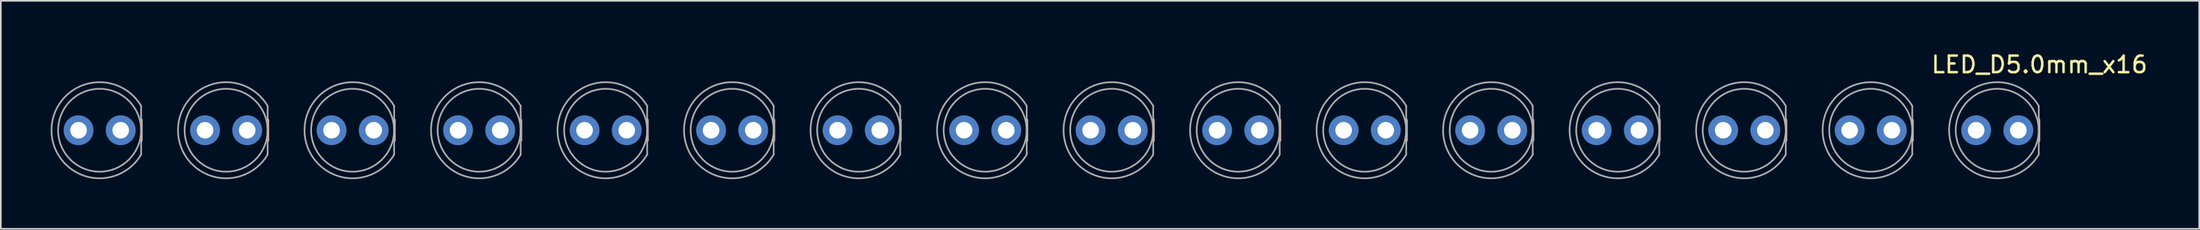
<source format=kicad_pcb>
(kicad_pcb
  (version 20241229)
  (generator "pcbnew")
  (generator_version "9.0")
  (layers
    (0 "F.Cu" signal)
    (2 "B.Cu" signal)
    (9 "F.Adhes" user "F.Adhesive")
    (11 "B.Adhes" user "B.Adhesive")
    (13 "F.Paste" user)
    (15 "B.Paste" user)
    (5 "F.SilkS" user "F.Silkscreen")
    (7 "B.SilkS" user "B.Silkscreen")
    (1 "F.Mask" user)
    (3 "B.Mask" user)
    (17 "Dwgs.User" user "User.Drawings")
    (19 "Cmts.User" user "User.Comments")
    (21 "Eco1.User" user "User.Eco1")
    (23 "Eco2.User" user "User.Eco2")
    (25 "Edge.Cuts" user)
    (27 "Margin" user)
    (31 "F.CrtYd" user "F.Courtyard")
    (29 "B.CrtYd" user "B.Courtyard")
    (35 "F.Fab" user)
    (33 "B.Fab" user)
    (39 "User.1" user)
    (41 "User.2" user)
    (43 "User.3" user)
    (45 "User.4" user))
  (footprint "LED_D5.0mm_x16"
    (layer "F.Cu")
    (at 118.52 4.808)
    (property "Reference" "LED_D5.0mm_x16" (at 1.27 -3.96 0) (layer "F.SilkS") (effects (font (size 1 1) (thickness 0.15))))
    (attr through_hole)
    (fp_line (start -113.03 -0.635) (end -113.03 0.635) (stroke (width 0.1) (type solid)) (layer "B.SilkS"))
    (fp_line (start -105.41 -0.635) (end -105.41 0.635) (stroke (width 0.1) (type solid)) (layer "B.SilkS"))
    (fp_line (start -97.79 -0.635) (end -97.79 0.635) (stroke (width 0.1) (type solid)) (layer "B.SilkS"))
    (fp_line (start -90.17 -0.635) (end -90.17 0.635) (stroke (width 0.1) (type solid)) (layer "B.SilkS"))
    (fp_line (start -82.55 -0.635) (end -82.55 0.635) (stroke (width 0.1) (type solid)) (layer "B.SilkS"))
    (fp_line (start -74.93 -0.635) (end -74.93 0.635) (stroke (width 0.1) (type solid)) (layer "B.SilkS"))
    (fp_line (start -67.31 -0.635) (end -67.31 0.635) (stroke (width 0.1) (type solid)) (layer "B.SilkS"))
    (fp_line (start -59.69 -0.635) (end -59.69 0.635) (stroke (width 0.1) (type solid)) (layer "B.SilkS"))
    (fp_line (start -52.07 -0.635) (end -52.07 0.635) (stroke (width 0.1) (type solid)) (layer "B.SilkS"))
    (fp_line (start -44.45 -0.635) (end -44.45 0.635) (stroke (width 0.1) (type solid)) (layer "B.SilkS"))
    (fp_line (start -36.83 -0.635) (end -36.83 0.635) (stroke (width 0.1) (type solid)) (layer "B.SilkS"))
    (fp_line (start -29.21 -0.635) (end -29.21 0.635) (stroke (width 0.1) (type solid)) (layer "B.SilkS"))
    (fp_line (start -21.59 -0.635) (end -21.59 0.635) (stroke (width 0.1) (type solid)) (layer "B.SilkS"))
    (fp_line (start -13.97 -0.635) (end -13.97 0.635) (stroke (width 0.1) (type solid)) (layer "B.SilkS"))
    (fp_line (start -6.35 -0.635) (end -6.35 0.635) (stroke (width 0.1) (type solid)) (layer "B.SilkS"))
    (fp_line (start 1.27 -0.635) (end 1.27 0.635) (stroke (width 0.1) (type solid)) (layer "B.SilkS"))
    (fp_line (start -113.07 1.47) (end -113.07 -1.47) (stroke (width 0.1) (type solid)) (layer "F.Fab"))
    (fp_line (start -105.45 1.47) (end -105.45 -1.47) (stroke (width 0.1) (type solid)) (layer "F.Fab"))
    (fp_line (start -97.83 1.47) (end -97.83 -1.47) (stroke (width 0.1) (type solid)) (layer "F.Fab"))
    (fp_line (start -90.21 1.47) (end -90.21 -1.47) (stroke (width 0.1) (type solid)) (layer "F.Fab"))
    (fp_line (start -82.59 1.47) (end -82.59 -1.47) (stroke (width 0.1) (type solid)) (layer "F.Fab"))
    (fp_line (start -74.97 1.47) (end -74.97 -1.47) (stroke (width 0.1) (type solid)) (layer "F.Fab"))
    (fp_line (start -67.35 1.47) (end -67.35 -1.47) (stroke (width 0.1) (type solid)) (layer "F.Fab"))
    (fp_line (start -59.73 1.47) (end -59.73 -1.47) (stroke (width 0.1) (type solid)) (layer "F.Fab"))
    (fp_line (start -52.11 1.47) (end -52.11 -1.47) (stroke (width 0.1) (type solid)) (layer "F.Fab"))
    (fp_line (start -44.49 1.47) (end -44.49 -1.47) (stroke (width 0.1) (type solid)) (layer "F.Fab"))
    (fp_line (start -36.87 1.47) (end -36.87 -1.47) (stroke (width 0.1) (type solid)) (layer "F.Fab"))
    (fp_line (start -29.25 1.47) (end -29.25 -1.47) (stroke (width 0.1) (type solid)) (layer "F.Fab"))
    (fp_line (start -21.63 1.47) (end -21.63 -1.47) (stroke (width 0.1) (type solid)) (layer "F.Fab"))
    (fp_line (start -14.01 1.47) (end -14.01 -1.47) (stroke (width 0.1) (type solid)) (layer "F.Fab"))
    (fp_line (start -6.39 1.47) (end -6.39 -1.47) (stroke (width 0.1) (type solid)) (layer "F.Fab"))
    (fp_line (start 1.23 1.47) (end 1.23 -1.47) (stroke (width 0.1) (type solid)) (layer "F.Fab"))
    (fp_arc (start -113.07 1.469694) (mid -118.47 -0.000016) (end -113.069984 -1.469666) (stroke (width 0.1) (type solid)) (layer "F.Fab"))
    (fp_arc (start -105.45 1.469694) (mid -110.85 -0.000016) (end -105.449984 -1.469666) (stroke (width 0.1) (type solid)) (layer "F.Fab"))
    (fp_arc (start -97.83 1.469694) (mid -103.23 -0.000016) (end -97.829984 -1.469666) (stroke (width 0.1) (type solid)) (layer "F.Fab"))
    (fp_arc (start -90.21 1.469694) (mid -95.61 -0.000016) (end -90.209984 -1.469666) (stroke (width 0.1) (type solid)) (layer "F.Fab"))
    (fp_arc (start -82.59 1.469694) (mid -87.99 -0.000016) (end -82.589984 -1.469666) (stroke (width 0.1) (type solid)) (layer "F.Fab"))
    (fp_arc (start -74.97 1.469694) (mid -80.37 -0.000016) (end -74.969984 -1.469666) (stroke (width 0.1) (type solid)) (layer "F.Fab"))
    (fp_arc (start -67.35 1.469694) (mid -72.75 -0.000016) (end -67.349984 -1.469666) (stroke (width 0.1) (type solid)) (layer "F.Fab"))
    (fp_arc (start -59.73 1.469694) (mid -65.13 -0.000016) (end -59.729984 -1.469666) (stroke (width 0.1) (type solid)) (layer "F.Fab"))
    (fp_arc (start -52.11 1.469694) (mid -57.51 -0.000016) (end -52.109984 -1.469666) (stroke (width 0.1) (type solid)) (layer "F.Fab"))
    (fp_arc (start -44.49 1.469694) (mid -49.89 -0.000016) (end -44.489984 -1.469666) (stroke (width 0.1) (type solid)) (layer "F.Fab"))
    (fp_arc (start -36.87 1.469694) (mid -42.27 -0.000016) (end -36.869984 -1.469666) (stroke (width 0.1) (type solid)) (layer "F.Fab"))
    (fp_arc (start -29.25 1.469694) (mid -34.65 -0.000016) (end -29.249984 -1.469666) (stroke (width 0.1) (type solid)) (layer "F.Fab"))
    (fp_arc (start -21.63 1.469694) (mid -27.03 -0.000016) (end -21.629984 -1.469666) (stroke (width 0.1) (type solid)) (layer "F.Fab"))
    (fp_arc (start -14.01 1.469694) (mid -19.41 -0.000016) (end -14.009984 -1.469666) (stroke (width 0.1) (type solid)) (layer "F.Fab"))
    (fp_arc (start -6.39 1.469694) (mid -11.79 -0.000016) (end -6.389984 -1.469666) (stroke (width 0.1) (type solid)) (layer "F.Fab"))
    (fp_arc (start 1.23 1.469694) (mid -4.17 -0.000016) (end 1.230016 -1.469666) (stroke (width 0.1) (type solid)) (layer "F.Fab"))
    (fp_circle (center -115.57 0) (end -118.07 0) (stroke (width 0.1) (type solid)) (fill no) (layer "F.Fab"))
    (fp_circle (center -107.95 0) (end -110.45 0) (stroke (width 0.1) (type solid)) (fill no) (layer "F.Fab"))
    (fp_circle (center -100.33 0) (end -102.83 0) (stroke (width 0.1) (type solid)) (fill no) (layer "F.Fab"))
    (fp_circle (center -92.71 0) (end -95.21 0) (stroke (width 0.1) (type solid)) (fill no) (layer "F.Fab"))
    (fp_circle (center -85.09 0) (end -87.59 0) (stroke (width 0.1) (type solid)) (fill no) (layer "F.Fab"))
    (fp_circle (center -77.47 0) (end -79.97 0) (stroke (width 0.1) (type solid)) (fill no) (layer "F.Fab"))
    (fp_circle (center -69.85 0) (end -72.35 0) (stroke (width 0.1) (type solid)) (fill no) (layer "F.Fab"))
    (fp_circle (center -62.23 0) (end -64.73 0) (stroke (width 0.1) (type solid)) (fill no) (layer "F.Fab"))
    (fp_circle (center -54.61 0) (end -57.11 0) (stroke (width 0.1) (type solid)) (fill no) (layer "F.Fab"))
    (fp_circle (center -46.99 0) (end -49.49 0) (stroke (width 0.1) (type solid)) (fill no) (layer "F.Fab"))
    (fp_circle (center -39.37 0) (end -41.87 0) (stroke (width 0.1) (type solid)) (fill no) (layer "F.Fab"))
    (fp_circle (center -31.75 0) (end -34.25 0) (stroke (width 0.1) (type solid)) (fill no) (layer "F.Fab"))
    (fp_circle (center -24.13 0) (end -26.63 0) (stroke (width 0.1) (type solid)) (fill no) (layer "F.Fab"))
    (fp_circle (center -16.51 0) (end -19.01 0) (stroke (width 0.1) (type solid)) (fill no) (layer "F.Fab"))
    (fp_circle (center -8.89 0) (end -11.39 0) (stroke (width 0.1) (type solid)) (fill no) (layer "F.Fab"))
    (fp_circle (center -1.27 0) (end -3.77 0) (stroke (width 0.1) (type solid)) (fill no) (layer "F.Fab"))
    (pad "1" thru_hole circle (at 0 0 180) (size 1.4 1.4) (drill 1) (layers "*.Cu" "B.Mask"))
    (pad "1" smd circle (at 0 0 180) (size 1.8 1.8) (layers "B.Cu" "B.Mask" "B.Paste"))
    (pad "2" thru_hole circle (at -2.54 0 180) (size 1.4 1.4) (drill 1) (layers "*.Cu" "B.Mask"))
    (pad "2" smd circle (at -2.54 0 180) (size 1.8 1.8) (layers "B.Cu" "B.Mask" "B.Paste"))
    (pad "3" thru_hole circle (at -7.62 0 180) (size 1.4 1.4) (drill 1) (layers "*.Cu" "B.Mask"))
    (pad "3" smd circle (at -7.62 0 180) (size 1.8 1.8) (layers "B.Cu" "B.Mask" "B.Paste"))
    (pad "4" thru_hole circle (at -10.16 0 180) (size 1.4 1.4) (drill 1) (layers "*.Cu" "B.Mask"))
    (pad "4" smd circle (at -10.16 0 180) (size 1.8 1.8) (layers "B.Cu" "B.Mask" "B.Paste"))
    (pad "5" thru_hole circle (at -15.24 0 180) (size 1.4 1.4) (drill 1) (layers "*.Cu" "B.Mask"))
    (pad "5" smd circle (at -15.24 0 180) (size 1.8 1.8) (layers "B.Cu" "B.Mask" "B.Paste"))
    (pad "6" thru_hole circle (at -17.78 0 180) (size 1.4 1.4) (drill 1) (layers "*.Cu" "B.Mask"))
    (pad "6" smd circle (at -17.78 0 180) (size 1.8 1.8) (layers "B.Cu" "B.Mask" "B.Paste"))
    (pad "7" thru_hole circle (at -22.86 0 180) (size 1.4 1.4) (drill 1) (layers "*.Cu" "B.Mask"))
    (pad "7" smd circle (at -22.86 0 180) (size 1.8 1.8) (layers "B.Cu" "B.Mask" "B.Paste"))
    (pad "8" thru_hole circle (at -25.4 0 180) (size 1.4 1.4) (drill 1) (layers "*.Cu" "B.Mask"))
    (pad "8" smd circle (at -25.4 0 180) (size 1.8 1.8) (layers "B.Cu" "B.Mask" "B.Paste"))
    (pad "9" thru_hole circle (at -30.48 0 180) (size 1.4 1.4) (drill 1) (layers "*.Cu" "B.Mask"))
    (pad "9" smd circle (at -30.48 0 180) (size 1.8 1.8) (layers "B.Cu" "B.Mask" "B.Paste"))
    (pad "10" thru_hole circle (at -33.02 0 180) (size 1.4 1.4) (drill 1) (layers "*.Cu" "B.Mask"))
    (pad "10" smd circle (at -33.02 0 180) (size 1.8 1.8) (layers "B.Cu" "B.Mask" "B.Paste"))
    (pad "11" thru_hole circle (at -38.1 0 180) (size 1.4 1.4) (drill 1) (layers "*.Cu" "B.Mask"))
    (pad "11" smd circle (at -38.1 0 180) (size 1.8 1.8) (layers "B.Cu" "B.Mask" "B.Paste"))
    (pad "12" thru_hole circle (at -40.64 0 180) (size 1.4 1.4) (drill 1) (layers "*.Cu" "B.Mask"))
    (pad "12" smd circle (at -40.64 0 180) (size 1.8 1.8) (layers "B.Cu" "B.Mask" "B.Paste"))
    (pad "13" thru_hole circle (at -45.72 0 180) (size 1.4 1.4) (drill 1) (layers "*.Cu" "B.Mask"))
    (pad "13" smd circle (at -45.72 0 180) (size 1.8 1.8) (layers "B.Cu" "B.Mask" "B.Paste"))
    (pad "14" thru_hole circle (at -48.26 0 180) (size 1.4 1.4) (drill 1) (layers "*.Cu" "B.Mask"))
    (pad "14" smd circle (at -48.26 0 180) (size 1.8 1.8) (layers "B.Cu" "B.Mask" "B.Paste"))
    (pad "15" thru_hole circle (at -53.34 0 180) (size 1.4 1.4) (drill 1) (layers "*.Cu" "B.Mask"))
    (pad "15" smd circle (at -53.34 0 180) (size 1.8 1.8) (layers "B.Cu" "B.Mask" "B.Paste"))
    (pad "16" thru_hole circle (at -55.88 0 180) (size 1.4 1.4) (drill 1) (layers "*.Cu" "B.Mask"))
    (pad "16" smd circle (at -55.88 0 180) (size 1.8 1.8) (layers "B.Cu" "B.Mask" "B.Paste"))
    (pad "17" thru_hole circle (at -60.96 0 180) (size 1.4 1.4) (drill 1) (layers "*.Cu" "B.Mask"))
    (pad "17" smd circle (at -60.96 0 180) (size 1.8 1.8) (layers "B.Cu" "B.Mask" "B.Paste"))
    (pad "18" thru_hole circle (at -63.5 0 180) (size 1.4 1.4) (drill 1) (layers "*.Cu" "B.Mask"))
    (pad "18" smd circle (at -63.5 0 180) (size 1.8 1.8) (layers "B.Cu" "B.Mask" "B.Paste"))
    (pad "19" thru_hole circle (at -68.58 0 180) (size 1.4 1.4) (drill 1) (layers "*.Cu" "B.Mask"))
    (pad "19" smd circle (at -68.58 0 180) (size 1.8 1.8) (layers "B.Cu" "B.Mask" "B.Paste"))
    (pad "20" thru_hole circle (at -71.12 0 180) (size 1.4 1.4) (drill 1) (layers "*.Cu" "B.Mask"))
    (pad "20" smd circle (at -71.12 0 180) (size 1.8 1.8) (layers "B.Cu" "B.Mask" "B.Paste"))
    (pad "21" thru_hole circle (at -76.2 0 180) (size 1.4 1.4) (drill 1) (layers "*.Cu" "B.Mask"))
    (pad "21" smd circle (at -76.2 0 180) (size 1.8 1.8) (layers "B.Cu" "B.Mask" "B.Paste"))
    (pad "22" thru_hole circle (at -78.74 0 180) (size 1.4 1.4) (drill 1) (layers "*.Cu" "B.Mask"))
    (pad "22" smd circle (at -78.74 0 180) (size 1.8 1.8) (layers "B.Cu" "B.Mask" "B.Paste"))
    (pad "23" thru_hole circle (at -83.82 0 180) (size 1.4 1.4) (drill 1) (layers "*.Cu" "B.Mask"))
    (pad "23" smd circle (at -83.82 0 180) (size 1.8 1.8) (layers "B.Cu" "B.Mask" "B.Paste"))
    (pad "24" thru_hole circle (at -86.36 0 180) (size 1.4 1.4) (drill 1) (layers "*.Cu" "B.Mask"))
    (pad "24" smd circle (at -86.36 0 180) (size 1.8 1.8) (layers "B.Cu" "B.Mask" "B.Paste"))
    (pad "25" thru_hole circle (at -91.44 0 180) (size 1.4 1.4) (drill 1) (layers "*.Cu" "B.Mask"))
    (pad "25" smd circle (at -91.44 0 180) (size 1.8 1.8) (layers "B.Cu" "B.Mask" "B.Paste"))
    (pad "26" thru_hole circle (at -93.98 0 180) (size 1.4 1.4) (drill 1) (layers "*.Cu" "B.Mask"))
    (pad "26" smd circle (at -93.98 0 180) (size 1.8 1.8) (layers "B.Cu" "B.Mask" "B.Paste"))
    (pad "27" thru_hole circle (at -99.06 0 180) (size 1.4 1.4) (drill 1) (layers "*.Cu" "B.Mask"))
    (pad "27" smd circle (at -99.06 0 180) (size 1.8 1.8) (layers "B.Cu" "B.Mask" "B.Paste"))
    (pad "28" thru_hole circle (at -101.6 0 180) (size 1.4 1.4) (drill 1) (layers "*.Cu" "B.Mask"))
    (pad "28" smd circle (at -101.6 0 180) (size 1.8 1.8) (layers "B.Cu" "B.Mask" "B.Paste"))
    (pad "29" thru_hole circle (at -106.68 0 180) (size 1.4 1.4) (drill 1) (layers "*.Cu" "B.Mask"))
    (pad "29" smd circle (at -106.68 0 180) (size 1.8 1.8) (layers "B.Cu" "B.Mask" "B.Paste"))
    (pad "30" thru_hole circle (at -109.22 0 180) (size 1.4 1.4) (drill 1) (layers "*.Cu" "B.Mask"))
    (pad "30" smd circle (at -109.22 0 180) (size 1.8 1.8) (layers "B.Cu" "B.Mask" "B.Paste"))
    (pad "31" thru_hole circle (at -114.3 0 180) (size 1.4 1.4) (drill 1) (layers "*.Cu" "B.Mask"))
    (pad "31" smd circle (at -114.3 0 180) (size 1.8 1.8) (layers "B.Cu" "B.Mask" "B.Paste"))
    (pad "32" thru_hole circle (at -116.84 0 180) (size 1.4 1.4) (drill 1) (layers "*.Cu" "B.Mask"))
    (pad "32" smd circle (at -116.84 0 180) (size 1.8 1.8) (layers "B.Cu" "B.Mask" "B.Paste")))
  (gr_rect
    (start -3 -3)
    (end 129.415 10.758)
    (stroke (width 0.1) (type default))
    (fill no)
    (layer "Edge.Cuts")))
</source>
